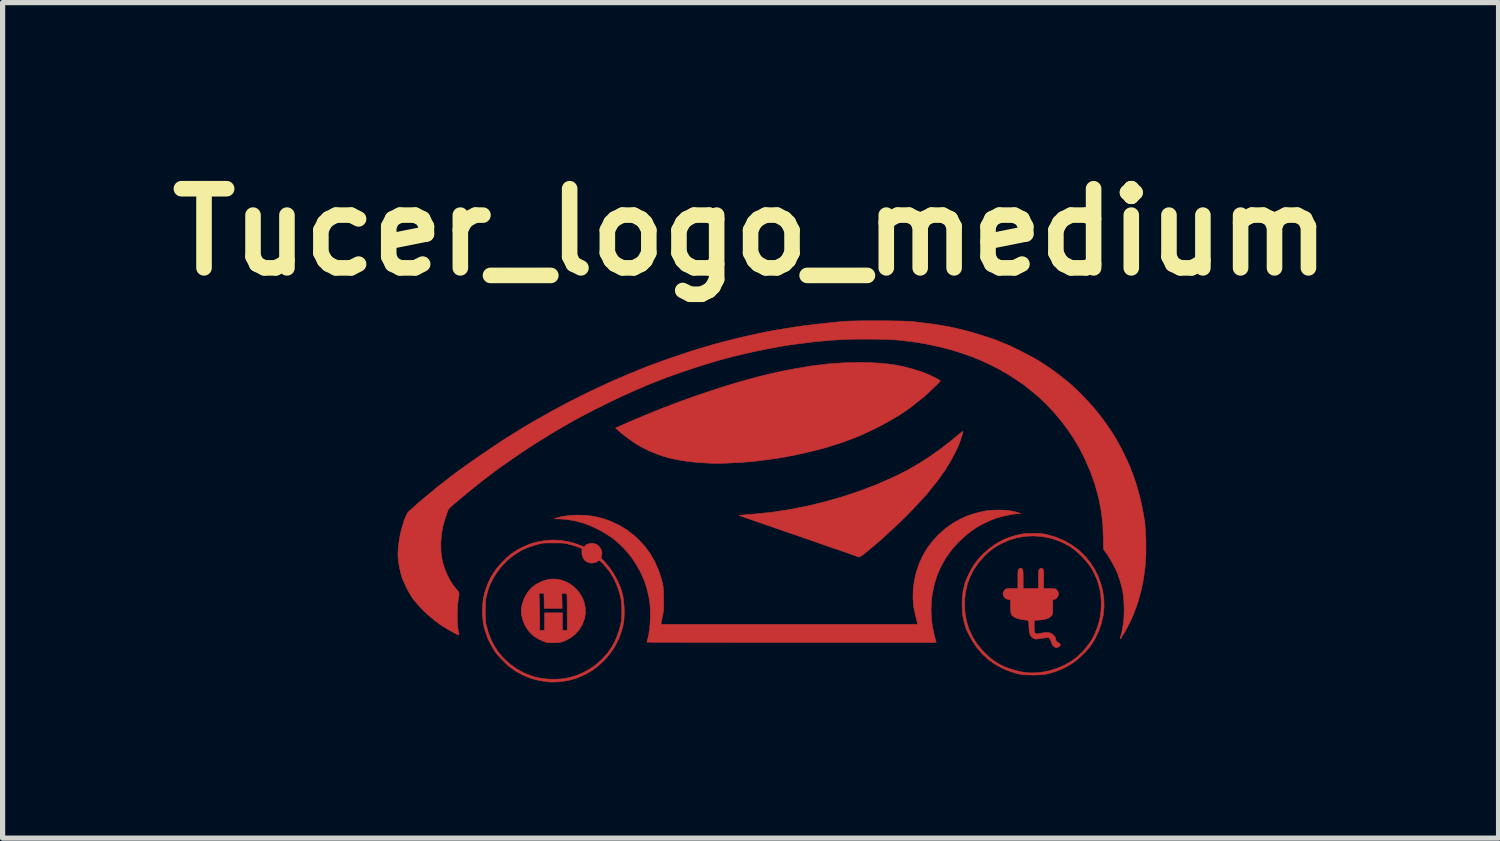
<source format=kicad_pcb>
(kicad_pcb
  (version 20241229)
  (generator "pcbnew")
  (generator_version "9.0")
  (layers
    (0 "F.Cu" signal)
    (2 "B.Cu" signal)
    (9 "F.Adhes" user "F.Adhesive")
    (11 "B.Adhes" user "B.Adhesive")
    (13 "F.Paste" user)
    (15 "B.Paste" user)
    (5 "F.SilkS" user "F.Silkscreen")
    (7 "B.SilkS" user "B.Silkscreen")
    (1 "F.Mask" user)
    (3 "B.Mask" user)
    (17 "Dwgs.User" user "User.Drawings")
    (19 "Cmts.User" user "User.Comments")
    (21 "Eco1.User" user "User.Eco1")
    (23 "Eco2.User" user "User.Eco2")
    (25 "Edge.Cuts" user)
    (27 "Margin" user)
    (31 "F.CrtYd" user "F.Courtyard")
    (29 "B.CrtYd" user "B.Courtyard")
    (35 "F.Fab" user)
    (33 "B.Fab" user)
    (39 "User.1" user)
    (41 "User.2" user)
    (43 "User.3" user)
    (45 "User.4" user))
  (footprint "Tucer_logo_medium"
    (layer "F.Cu")
    (at 11.833 6.473)
    (property "Reference" "Tucer_logo_medium" (at -0.432 -5.055 0) (layer "F.SilkS") (effects (font (size 1.524 1.524) (thickness 0.3))))
    (attr through_hole)
    (fp_poly (pts (xy -4.099 1.639) (xy -4.007 1.668) (xy -3.921 1.712) (xy -3.842 1.768) (xy -3.772 1.835) (xy -3.713 1.912) (xy -3.665 1.997) (xy -3.632 2.088) (xy -3.614 2.184) (xy -3.612 2.284) (xy -3.629 2.385) (xy -3.636 2.408) (xy -3.678 2.515) (xy -3.737 2.609) (xy -3.811 2.691) (xy -3.901 2.759) (xy -4.005 2.814) (xy -4.018 2.819) (xy -4.053 2.832) (xy -4.085 2.841) (xy -4.12 2.847) (xy -4.164 2.85) (xy -4.211 2.852) (xy -4.265 2.853) (xy -4.304 2.853) (xy -4.336 2.85) (xy -4.365 2.843) (xy -4.398 2.833) (xy -4.415 2.827) (xy -4.522 2.779) (xy -4.614 2.718) (xy -4.691 2.643) (xy -4.755 2.554) (xy -4.78 2.506) (xy -4.821 2.405) (xy -4.843 2.308) (xy -4.847 2.212) (xy -4.832 2.116) (xy -4.797 2.016) (xy -4.777 1.971) (xy -4.735 1.9) (xy -4.504 1.9) (xy -4.497 2.084) (xy -4.495 2.161) (xy -4.493 2.247) (xy -4.492 2.333) (xy -4.491 2.412) (xy -4.491 2.44) (xy -4.491 2.611) (xy -4.399 2.611) (xy -4.399 2.276) (xy -4.054 2.276) (xy -4.054 2.611) (xy -3.962 2.611) (xy -3.963 2.278) (xy -3.963 2.197) (xy -3.963 2.122) (xy -3.964 2.055) (xy -3.965 1.999) (xy -3.966 1.956) (xy -3.968 1.93) (xy -3.969 1.923) (xy -3.976 1.908) (xy -3.991 1.902) (xy -4.02 1.9) (xy -4.066 1.9) (xy -4.059 2.189) (xy -4.404 2.189) (xy -4.41 1.9) (xy -4.504 1.9) (xy -4.735 1.9) (xy -4.721 1.876) (xy -4.651 1.795) (xy -4.566 1.729) (xy -4.467 1.677) (xy -4.397 1.651) (xy -4.296 1.628) (xy -4.196 1.625) (xy -4.099 1.639)) (stroke (width 0.01) (type solid)) (fill yes) (layer "F.Cu"))
    (fp_poly (pts (xy 3.657 -1.214) (xy 3.658 -1.212) (xy 3.654 -1.195) (xy 3.646 -1.164) (xy 3.634 -1.124) (xy 3.619 -1.079) (xy 3.604 -1.034) (xy 3.59 -0.994) (xy 3.578 -0.963) (xy 3.577 -0.96) (xy 3.55 -0.901) (xy 3.518 -0.835) (xy 3.483 -0.767) (xy 3.449 -0.7) (xy 3.416 -0.642) (xy 3.389 -0.595) (xy 3.381 -0.582) (xy 3.359 -0.547) (xy 3.342 -0.52) (xy 3.333 -0.502) (xy 3.332 -0.499) (xy 3.326 -0.487) (xy 3.314 -0.472) (xy 3.302 -0.456) (xy 3.281 -0.427) (xy 3.254 -0.39) (xy 3.227 -0.351) (xy 3.199 -0.31) (xy 3.174 -0.276) (xy 3.156 -0.251) (xy 3.146 -0.239) (xy 3.135 -0.227) (xy 3.115 -0.203) (xy 3.088 -0.169) (xy 3.056 -0.129) (xy 3.046 -0.117) (xy 3.011 -0.072) (xy 2.976 -0.029) (xy 2.945 0.008) (xy 2.922 0.034) (xy 2.92 0.036) (xy 2.901 0.056) (xy 2.872 0.087) (xy 2.834 0.128) (xy 2.789 0.176) (xy 2.742 0.227) (xy 2.72 0.251) (xy 2.662 0.313) (xy 2.593 0.383) (xy 2.52 0.456) (xy 2.449 0.526) (xy 2.384 0.587) (xy 2.381 0.59) (xy 2.328 0.639) (xy 2.279 0.684) (xy 2.236 0.725) (xy 2.201 0.757) (xy 2.177 0.78) (xy 2.169 0.787) (xy 2.138 0.816) (xy 2.095 0.854) (xy 2.041 0.901) (xy 1.98 0.953) (xy 1.915 1.008) (xy 1.848 1.064) (xy 1.815 1.091) (xy 1.761 1.135) (xy 1.72 1.166) (xy 1.69 1.187) (xy 1.668 1.197) (xy 1.657 1.199) (xy 1.635 1.197) (xy 1.623 1.193) (xy 1.613 1.188) (xy 1.585 1.178) (xy 1.545 1.163) (xy 1.494 1.145) (xy 1.435 1.124) (xy 1.372 1.102) (xy 1.308 1.08) (xy 1.245 1.058) (xy 1.186 1.039) (xy 1.179 1.036) (xy 1.138 1.023) (xy 1.085 1.004) (xy 1.023 0.983) (xy 0.96 0.961) (xy 0.93 0.95) (xy 0.872 0.929) (xy 0.819 0.911) (xy 0.773 0.895) (xy 0.74 0.883) (xy 0.726 0.878) (xy 0.702 0.87) (xy 0.663 0.856) (xy 0.615 0.84) (xy 0.562 0.821) (xy 0.554 0.818) (xy 0.501 0.8) (xy 0.45 0.782) (xy 0.408 0.768) (xy 0.379 0.759) (xy 0.376 0.758) (xy 0.352 0.75) (xy 0.312 0.737) (xy 0.262 0.719) (xy 0.204 0.699) (xy 0.152 0.681) (xy 0.09 0.659) (xy 0.029 0.637) (xy -0.027 0.618) (xy -0.072 0.602) (xy -0.097 0.594) (xy -0.139 0.579) (xy -0.192 0.561) (xy -0.246 0.542) (xy -0.264 0.536) (xy -0.311 0.52) (xy -0.369 0.499) (xy -0.434 0.477) (xy -0.496 0.455) (xy -0.507 0.452) (xy -0.654 0.401) (xy -0.604 0.395) (xy -0.579 0.392) (xy -0.537 0.388) (xy -0.483 0.383) (xy -0.42 0.378) (xy -0.353 0.373) (xy -0.34 0.372) (xy -0.013 0.338) (xy 0.321 0.287) (xy 0.658 0.221) (xy 0.994 0.139) (xy 1.328 0.044) (xy 1.654 -0.064) (xy 1.971 -0.184) (xy 2.275 -0.316) (xy 2.408 -0.379) (xy 2.615 -0.486) (xy 2.815 -0.602) (xy 3.012 -0.728) (xy 3.209 -0.867) (xy 3.409 -1.021) (xy 3.49 -1.087) (xy 3.545 -1.133) (xy 3.587 -1.167) (xy 3.617 -1.191) (xy 3.637 -1.206) (xy 3.649 -1.214) (xy 3.655 -1.216) (xy 3.657 -1.214)) (stroke (width 0.01) (type solid)) (fill yes) (layer "F.Cu"))
    (fp_poly (pts (xy 5.178 1.417) (xy 5.195 1.431) (xy 5.201 1.44) (xy 5.206 1.455) (xy 5.209 1.478) (xy 5.211 1.512) (xy 5.212 1.561) (xy 5.212 1.626) (xy 5.212 1.629) (xy 5.212 1.808) (xy 5.325 1.808) (xy 5.374 1.809) (xy 5.407 1.81) (xy 5.429 1.813) (xy 5.445 1.819) (xy 5.457 1.829) (xy 5.467 1.838) (xy 5.49 1.874) (xy 5.496 1.914) (xy 5.488 1.953) (xy 5.466 1.988) (xy 5.433 2.011) (xy 5.415 2.017) (xy 5.385 2.023) (xy 5.385 2.164) (xy 5.385 2.22) (xy 5.384 2.26) (xy 5.381 2.288) (xy 5.377 2.306) (xy 5.371 2.32) (xy 5.361 2.333) (xy 5.36 2.335) (xy 5.323 2.366) (xy 5.273 2.39) (xy 5.207 2.406) (xy 5.133 2.414) (xy 5.029 2.421) (xy 5.029 2.536) (xy 5.03 2.589) (xy 5.032 2.626) (xy 5.036 2.649) (xy 5.042 2.663) (xy 5.045 2.666) (xy 5.054 2.675) (xy 5.063 2.68) (xy 5.076 2.681) (xy 5.098 2.679) (xy 5.132 2.673) (xy 5.172 2.666) (xy 5.241 2.656) (xy 5.295 2.655) (xy 5.338 2.664) (xy 5.375 2.682) (xy 5.395 2.699) (xy 5.423 2.73) (xy 5.439 2.76) (xy 5.441 2.767) (xy 5.449 2.802) (xy 5.457 2.823) (xy 5.468 2.836) (xy 5.484 2.844) (xy 5.51 2.86) (xy 5.526 2.878) (xy 5.534 2.894) (xy 5.529 2.907) (xy 5.513 2.923) (xy 5.478 2.943) (xy 5.443 2.943) (xy 5.415 2.929) (xy 5.393 2.912) (xy 5.379 2.895) (xy 5.368 2.868) (xy 5.363 2.85) (xy 5.35 2.816) (xy 5.333 2.784) (xy 5.331 2.78) (xy 5.318 2.764) (xy 5.304 2.756) (xy 5.282 2.754) (xy 5.254 2.756) (xy 5.212 2.761) (xy 5.163 2.768) (xy 5.128 2.774) (xy 5.09 2.78) (xy 5.063 2.782) (xy 5.042 2.778) (xy 5.017 2.768) (xy 4.983 2.746) (xy 4.958 2.714) (xy 4.941 2.67) (xy 4.931 2.612) (xy 4.927 2.537) (xy 4.925 2.481) (xy 4.921 2.444) (xy 4.916 2.425) (xy 4.914 2.423) (xy 4.899 2.42) (xy 4.869 2.415) (xy 4.83 2.41) (xy 4.815 2.409) (xy 4.747 2.397) (xy 4.686 2.378) (xy 4.637 2.354) (xy 4.602 2.327) (xy 4.596 2.318) (xy 4.588 2.302) (xy 4.582 2.281) (xy 4.578 2.249) (xy 4.575 2.203) (xy 4.574 2.158) (xy 4.57 2.024) (xy 4.528 2.019) (xy 4.485 2.004) (xy 4.453 1.978) (xy 4.434 1.942) (xy 4.429 1.903) (xy 4.44 1.864) (xy 4.459 1.838) (xy 4.473 1.825) (xy 4.486 1.817) (xy 4.503 1.812) (xy 4.529 1.809) (xy 4.567 1.809) (xy 4.602 1.808) (xy 4.714 1.808) (xy 4.714 1.631) (xy 4.714 1.566) (xy 4.715 1.519) (xy 4.717 1.485) (xy 4.719 1.463) (xy 4.724 1.448) (xy 4.73 1.438) (xy 4.735 1.433) (xy 4.759 1.415) (xy 4.782 1.417) (xy 4.799 1.431) (xy 4.805 1.44) (xy 4.81 1.455) (xy 4.813 1.478) (xy 4.815 1.512) (xy 4.816 1.561) (xy 4.816 1.626) (xy 4.816 1.629) (xy 4.816 1.808) (xy 5.11 1.808) (xy 5.11 1.631) (xy 5.111 1.566) (xy 5.111 1.519) (xy 5.113 1.485) (xy 5.116 1.463) (xy 5.12 1.448) (xy 5.126 1.438) (xy 5.131 1.433) (xy 5.156 1.415) (xy 5.178 1.417)) (stroke (width 0.01) (type solid)) (fill yes) (layer "F.Cu"))
    (fp_poly (pts (xy 4.538 0.307) (xy 4.646 0.326) (xy 4.713 0.345) (xy 4.77 0.363) (xy 4.679 0.37) (xy 4.634 0.375) (xy 4.578 0.385) (xy 4.515 0.397) (xy 4.45 0.411) (xy 4.388 0.426) (xy 4.333 0.441) (xy 4.291 0.455) (xy 4.275 0.461) (xy 4.244 0.474) (xy 4.217 0.483) (xy 4.216 0.483) (xy 4.197 0.491) (xy 4.163 0.506) (xy 4.121 0.526) (xy 4.074 0.549) (xy 4.026 0.573) (xy 3.982 0.596) (xy 3.947 0.615) (xy 3.924 0.628) (xy 3.923 0.628) (xy 3.9 0.644) (xy 3.868 0.666) (xy 3.846 0.681) (xy 3.815 0.703) (xy 3.776 0.733) (xy 3.734 0.767) (xy 3.713 0.783) (xy 3.567 0.918) (xy 3.439 1.063) (xy 3.327 1.218) (xy 3.234 1.382) (xy 3.159 1.555) (xy 3.102 1.736) (xy 3.064 1.925) (xy 3.052 2.027) (xy 3.043 2.191) (xy 3.047 2.352) (xy 3.065 2.514) (xy 3.098 2.682) (xy 3.135 2.822) (xy 3.142 2.845) (xy 0.357 2.845) (xy 0.12 2.845) (xy -0.111 2.845) (xy -0.336 2.845) (xy -0.554 2.845) (xy -0.764 2.845) (xy -0.966 2.844) (xy -1.158 2.844) (xy -1.34 2.844) (xy -1.51 2.844) (xy -1.669 2.844) (xy -1.815 2.844) (xy -1.948 2.843) (xy -2.066 2.843) (xy -2.169 2.843) (xy -2.256 2.843) (xy -2.326 2.842) (xy -2.379 2.842) (xy -2.413 2.842) (xy -2.428 2.842) (xy -2.428 2.842) (xy -2.426 2.831) (xy -2.419 2.807) (xy -2.414 2.788) (xy -2.393 2.697) (xy -2.377 2.59) (xy -2.367 2.475) (xy -2.362 2.354) (xy -2.362 2.235) (xy -2.368 2.12) (xy -2.381 2.017) (xy -2.385 1.991) (xy -2.427 1.81) (xy -2.484 1.64) (xy -2.559 1.476) (xy -2.651 1.317) (xy -2.715 1.222) (xy -2.793 1.122) (xy -2.88 1.025) (xy -2.974 0.934) (xy -3.068 0.854) (xy -3.125 0.813) (xy -3.298 0.705) (xy -3.471 0.618) (xy -3.645 0.55) (xy -3.82 0.503) (xy -3.997 0.475) (xy -4.144 0.467) (xy -4.211 0.466) (xy -4.171 0.451) (xy -4.095 0.429) (xy -4.004 0.412) (xy -3.901 0.401) (xy -3.789 0.395) (xy -3.673 0.396) (xy -3.609 0.399) (xy -3.444 0.419) (xy -3.28 0.458) (xy -3.118 0.516) (xy -2.962 0.59) (xy -2.814 0.68) (xy -2.677 0.785) (xy -2.591 0.864) (xy -2.468 0.997) (xy -2.363 1.141) (xy -2.274 1.296) (xy -2.201 1.463) (xy -2.144 1.643) (xy -2.133 1.687) (xy -2.124 1.723) (xy -2.118 1.758) (xy -2.113 1.797) (xy -2.11 1.841) (xy -2.108 1.897) (xy -2.106 1.967) (xy -2.105 2.002) (xy -2.104 2.077) (xy -2.104 2.135) (xy -2.105 2.182) (xy -2.107 2.22) (xy -2.111 2.253) (xy -2.117 2.286) (xy -2.124 2.322) (xy -2.134 2.369) (xy -2.143 2.414) (xy -2.149 2.448) (xy -2.151 2.461) (xy -2.156 2.499) (xy 2.786 2.499) (xy 2.78 2.471) (xy 2.775 2.451) (xy 2.766 2.415) (xy 2.755 2.371) (xy 2.743 2.327) (xy 2.71 2.165) (xy 2.695 1.998) (xy 2.699 1.829) (xy 2.72 1.66) (xy 2.758 1.494) (xy 2.813 1.332) (xy 2.883 1.177) (xy 2.969 1.031) (xy 3.069 0.899) (xy 3.191 0.767) (xy 3.319 0.653) (xy 3.456 0.555) (xy 3.603 0.472) (xy 3.612 0.468) (xy 3.672 0.439) (xy 3.726 0.416) (xy 3.78 0.395) (xy 3.837 0.377) (xy 3.904 0.358) (xy 3.978 0.339) (xy 4.038 0.324) (xy 4.088 0.314) (xy 4.135 0.307) (xy 4.186 0.302) (xy 4.246 0.299) (xy 4.284 0.298) (xy 4.418 0.297) (xy 4.538 0.307)) (stroke (width 0.01) (type solid)) (fill yes) (layer "F.Cu"))
    (fp_poly (pts (xy 1.853 -2.542) (xy 2.039 -2.532) (xy 2.212 -2.516) (xy 2.376 -2.492) (xy 2.534 -2.459) (xy 2.69 -2.418) (xy 2.846 -2.369) (xy 2.855 -2.365) (xy 2.908 -2.346) (xy 2.965 -2.323) (xy 3.023 -2.298) (xy 3.078 -2.272) (xy 3.129 -2.247) (xy 3.171 -2.225) (xy 3.202 -2.206) (xy 3.219 -2.193) (xy 3.221 -2.189) (xy 3.214 -2.178) (xy 3.194 -2.156) (xy 3.164 -2.125) (xy 3.126 -2.088) (xy 3.086 -2.051) (xy 3.042 -2.01) (xy 3.003 -1.973) (xy 2.972 -1.943) (xy 2.95 -1.923) (xy 2.941 -1.914) (xy 2.93 -1.903) (xy 2.906 -1.883) (xy 2.872 -1.856) (xy 2.832 -1.824) (xy 2.819 -1.814) (xy 2.775 -1.78) (xy 2.734 -1.747) (xy 2.699 -1.719) (xy 2.675 -1.701) (xy 2.672 -1.698) (xy 2.576 -1.627) (xy 2.464 -1.551) (xy 2.339 -1.474) (xy 2.203 -1.396) (xy 2.061 -1.32) (xy 1.915 -1.247) (xy 1.769 -1.178) (xy 1.625 -1.116) (xy 1.487 -1.062) (xy 1.472 -1.057) (xy 1.434 -1.043) (xy 1.404 -1.031) (xy 1.386 -1.024) (xy 1.384 -1.023) (xy 1.372 -1.018) (xy 1.343 -1.008) (xy 1.302 -0.995) (xy 1.252 -0.979) (xy 1.196 -0.961) (xy 1.138 -0.943) (xy 1.082 -0.925) (xy 1.03 -0.909) (xy 0.986 -0.896) (xy 0.954 -0.887) (xy 0.945 -0.885) (xy 0.694 -0.822) (xy 0.458 -0.769) (xy 0.237 -0.726) (xy 0.032 -0.692) (xy -0.132 -0.67) (xy -0.187 -0.664) (xy -0.252 -0.656) (xy -0.314 -0.647) (xy -0.335 -0.644) (xy -0.377 -0.64) (xy -0.436 -0.634) (xy -0.507 -0.629) (xy -0.588 -0.623) (xy -0.674 -0.618) (xy -0.763 -0.613) (xy -0.849 -0.608) (xy -0.931 -0.605) (xy -1.003 -0.602) (xy -1.063 -0.601) (xy -1.097 -0.601) (xy -1.135 -0.602) (xy -1.188 -0.604) (xy -1.252 -0.607) (xy -1.321 -0.611) (xy -1.391 -0.615) (xy -1.392 -0.615) (xy -1.616 -0.636) (xy -1.825 -0.668) (xy -2.02 -0.711) (xy -2.203 -0.768) (xy -2.375 -0.837) (xy -2.539 -0.92) (xy -2.613 -0.963) (xy -2.666 -0.997) (xy -2.726 -1.038) (xy -2.789 -1.083) (xy -2.851 -1.129) (xy -2.908 -1.173) (xy -2.955 -1.212) (xy -2.987 -1.241) (xy -3.031 -1.284) (xy -3.007 -1.294) (xy -2.983 -1.304) (xy -2.95 -1.318) (xy -2.931 -1.327) (xy -2.898 -1.341) (xy -2.854 -1.361) (xy -2.807 -1.381) (xy -2.794 -1.387) (xy -2.748 -1.407) (xy -2.701 -1.427) (xy -2.663 -1.445) (xy -2.655 -1.448) (xy -2.624 -1.462) (xy -2.599 -1.471) (xy -2.588 -1.473) (xy -2.569 -1.479) (xy -2.565 -1.482) (xy -2.55 -1.491) (xy -2.516 -1.506) (xy -2.464 -1.528) (xy -2.393 -1.557) (xy -2.347 -1.575) (xy -2.318 -1.587) (xy -2.277 -1.604) (xy -2.229 -1.623) (xy -2.2 -1.635) (xy -2.154 -1.654) (xy -2.113 -1.67) (xy -2.081 -1.682) (xy -2.068 -1.686) (xy -2.037 -1.696) (xy -2.003 -1.709) (xy -2.002 -1.71) (xy -1.971 -1.723) (xy -1.924 -1.742) (xy -1.862 -1.765) (xy -1.782 -1.795) (xy -1.685 -1.83) (xy -1.6 -1.861) (xy -1.545 -1.88) (xy -1.476 -1.904) (xy -1.397 -1.931) (xy -1.311 -1.96) (xy -1.223 -1.989) (xy -1.135 -2.018) (xy -1.053 -2.045) (xy -0.978 -2.069) (xy -0.916 -2.089) (xy -0.874 -2.102) (xy -0.792 -2.127) (xy -0.727 -2.146) (xy -0.674 -2.162) (xy -0.631 -2.174) (xy -0.593 -2.185) (xy -0.558 -2.195) (xy -0.521 -2.205) (xy -0.488 -2.214) (xy -0.386 -2.242) (xy -0.299 -2.265) (xy -0.223 -2.285) (xy -0.153 -2.302) (xy -0.084 -2.318) (xy -0.076 -2.32) (xy -0.009 -2.335) (xy 0.061 -2.351) (xy 0.128 -2.366) (xy 0.19 -2.379) (xy 0.242 -2.39) (xy 0.281 -2.398) (xy 0.3 -2.402) (xy 0.321 -2.405) (xy 0.357 -2.412) (xy 0.404 -2.421) (xy 0.457 -2.43) (xy 0.467 -2.432) (xy 0.766 -2.482) (xy 1.057 -2.516) (xy 1.343 -2.537) (xy 1.632 -2.545) (xy 1.651 -2.545) (xy 1.853 -2.542)) (stroke (width 0.01) (type solid)) (fill yes) (layer "F.Cu"))
    (fp_poly (pts (xy 5.073 0.747) (xy 5.128 0.749) (xy 5.172 0.752) (xy 5.212 0.757) (xy 5.252 0.765) (xy 5.278 0.771) (xy 5.446 0.82) (xy 5.602 0.885) (xy 5.746 0.966) (xy 5.878 1.062) (xy 5.996 1.172) (xy 6.1 1.295) (xy 6.189 1.43) (xy 6.262 1.578) (xy 6.318 1.735) (xy 6.346 1.845) (xy 6.37 2.006) (xy 6.374 2.165) (xy 6.357 2.324) (xy 6.321 2.482) (xy 6.263 2.64) (xy 6.235 2.703) (xy 6.215 2.744) (xy 6.196 2.781) (xy 6.181 2.807) (xy 6.177 2.814) (xy 6.163 2.836) (xy 6.142 2.868) (xy 6.121 2.901) (xy 6.088 2.945) (xy 6.043 2.997) (xy 5.989 3.054) (xy 5.93 3.111) (xy 5.87 3.165) (xy 5.812 3.212) (xy 5.766 3.245) (xy 5.662 3.307) (xy 5.551 3.361) (xy 5.437 3.407) (xy 5.326 3.441) (xy 5.221 3.462) (xy 5.202 3.465) (xy 5.144 3.469) (xy 5.074 3.472) (xy 4.997 3.473) (xy 4.92 3.472) (xy 4.851 3.469) (xy 4.801 3.465) (xy 4.738 3.454) (xy 4.663 3.435) (xy 4.582 3.409) (xy 4.5 3.379) (xy 4.423 3.346) (xy 4.404 3.337) (xy 4.266 3.26) (xy 4.14 3.17) (xy 4.027 3.065) (xy 3.925 2.945) (xy 3.833 2.809) (xy 3.751 2.656) (xy 3.729 2.609) (xy 3.714 2.573) (xy 3.703 2.542) (xy 3.698 2.523) (xy 3.698 2.522) (xy 3.695 2.503) (xy 3.687 2.473) (xy 3.678 2.444) (xy 3.662 2.381) (xy 3.65 2.303) (xy 3.643 2.214) (xy 3.64 2.121) (xy 3.64 2.114) (xy 3.687 2.114) (xy 3.697 2.279) (xy 3.725 2.438) (xy 3.773 2.59) (xy 3.839 2.734) (xy 3.924 2.869) (xy 4.027 2.996) (xy 4.073 3.044) (xy 4.116 3.085) (xy 4.16 3.125) (xy 4.199 3.159) (xy 4.23 3.182) (xy 4.234 3.185) (xy 4.268 3.208) (xy 4.299 3.228) (xy 4.318 3.241) (xy 4.384 3.28) (xy 4.465 3.317) (xy 4.558 3.352) (xy 4.656 3.382) (xy 4.756 3.407) (xy 4.845 3.423) (xy 4.924 3.431) (xy 5.013 3.432) (xy 5.104 3.428) (xy 5.15 3.423) (xy 5.307 3.395) (xy 5.458 3.349) (xy 5.602 3.288) (xy 5.735 3.213) (xy 5.856 3.124) (xy 5.963 3.022) (xy 6.024 2.95) (xy 6.064 2.898) (xy 6.095 2.856) (xy 6.119 2.823) (xy 6.138 2.792) (xy 6.156 2.759) (xy 6.176 2.721) (xy 6.188 2.697) (xy 6.249 2.55) (xy 6.292 2.396) (xy 6.315 2.235) (xy 6.32 2.067) (xy 6.309 1.919) (xy 6.3 1.86) (xy 6.284 1.792) (xy 6.265 1.721) (xy 6.244 1.655) (xy 6.223 1.6) (xy 6.218 1.591) (xy 6.202 1.555) (xy 6.186 1.52) (xy 6.183 1.514) (xy 6.143 1.438) (xy 6.089 1.357) (xy 6.023 1.274) (xy 5.949 1.193) (xy 5.87 1.117) (xy 5.79 1.05) (xy 5.712 0.996) (xy 5.693 0.984) (xy 5.567 0.919) (xy 5.446 0.869) (xy 5.324 0.833) (xy 5.195 0.81) (xy 5.177 0.807) (xy 5.01 0.795) (xy 4.85 0.803) (xy 4.695 0.83) (xy 4.544 0.876) (xy 4.402 0.94) (xy 4.323 0.982) (xy 4.258 1.022) (xy 4.2 1.064) (xy 4.143 1.112) (xy 4.081 1.171) (xy 4.069 1.183) (xy 3.959 1.308) (xy 3.867 1.44) (xy 3.795 1.58) (xy 3.74 1.729) (xy 3.705 1.885) (xy 3.688 2.049) (xy 3.687 2.114) (xy 3.64 2.114) (xy 3.642 2.026) (xy 3.649 1.937) (xy 3.66 1.856) (xy 3.669 1.814) (xy 3.68 1.772) (xy 3.689 1.735) (xy 3.695 1.71) (xy 3.696 1.707) (xy 3.705 1.675) (xy 3.724 1.63) (xy 3.748 1.576) (xy 3.777 1.517) (xy 3.807 1.458) (xy 3.838 1.403) (xy 3.866 1.356) (xy 3.876 1.342) (xy 3.955 1.238) (xy 4.051 1.137) (xy 4.158 1.044) (xy 4.272 0.961) (xy 4.388 0.893) (xy 4.409 0.882) (xy 4.476 0.851) (xy 4.539 0.827) (xy 4.605 0.805) (xy 4.681 0.784) (xy 4.717 0.775) (xy 4.763 0.765) (xy 4.803 0.757) (xy 4.843 0.752) (xy 4.887 0.749) (xy 4.941 0.748) (xy 5.004 0.747) (xy 5.073 0.747)) (stroke (width 0.01) (type solid)) (fill yes) (layer "F.Cu"))
    (fp_poly (pts (xy -4.091 0.881) (xy -3.951 0.904) (xy -3.816 0.939) (xy -3.701 0.982) (xy -3.665 0.997) (xy -3.644 1.004) (xy -3.632 1.003) (xy -3.625 0.995) (xy -3.623 0.99) (xy -3.611 0.977) (xy -3.587 0.961) (xy -3.574 0.955) (xy -3.513 0.937) (xy -3.454 0.939) (xy -3.399 0.957) (xy -3.353 0.992) (xy -3.317 1.042) (xy -3.303 1.075) (xy -3.294 1.108) (xy -3.295 1.14) (xy -3.3 1.17) (xy -3.312 1.222) (xy -3.238 1.299) (xy -3.152 1.401) (xy -3.072 1.518) (xy -3.002 1.644) (xy -2.943 1.775) (xy -2.914 1.859) (xy -2.891 1.95) (xy -2.875 2.055) (xy -2.866 2.168) (xy -2.864 2.283) (xy -2.869 2.395) (xy -2.881 2.489) (xy -2.892 2.542) (xy -2.911 2.606) (xy -2.934 2.676) (xy -2.96 2.746) (xy -2.987 2.809) (xy -2.991 2.818) (xy -3.054 2.939) (xy -3.128 3.049) (xy -3.217 3.155) (xy -3.261 3.201) (xy -3.365 3.297) (xy -3.472 3.378) (xy -3.589 3.447) (xy -3.718 3.507) (xy -3.791 3.536) (xy -3.898 3.568) (xy -4.016 3.591) (xy -4.138 3.605) (xy -4.256 3.609) (xy -4.323 3.606) (xy -4.494 3.581) (xy -4.656 3.539) (xy -4.809 3.478) (xy -4.953 3.4) (xy -5.076 3.312) (xy -5.11 3.283) (xy -5.15 3.245) (xy -5.195 3.2) (xy -5.24 3.153) (xy -5.283 3.107) (xy -5.318 3.067) (xy -5.344 3.034) (xy -5.351 3.024) (xy -5.376 2.984) (xy -5.403 2.937) (xy -5.431 2.887) (xy -5.457 2.838) (xy -5.479 2.794) (xy -5.496 2.758) (xy -5.505 2.734) (xy -5.507 2.727) (xy -5.51 2.713) (xy -5.519 2.686) (xy -5.532 2.653) (xy -5.56 2.563) (xy -5.579 2.46) (xy -5.591 2.347) (xy -5.595 2.23) (xy -5.594 2.221) (xy -5.54 2.221) (xy -5.54 2.292) (xy -5.538 2.36) (xy -5.535 2.419) (xy -5.531 2.466) (xy -5.528 2.484) (xy -5.487 2.639) (xy -5.433 2.781) (xy -5.413 2.824) (xy -5.39 2.869) (xy -5.369 2.908) (xy -5.352 2.937) (xy -5.342 2.951) (xy -5.328 2.968) (xy -5.324 2.977) (xy -5.318 2.99) (xy -5.301 3.014) (xy -5.277 3.046) (xy -5.248 3.081) (xy -5.218 3.117) (xy -5.189 3.148) (xy -5.188 3.15) (xy -5.072 3.257) (xy -4.942 3.351) (xy -4.802 3.429) (xy -4.654 3.49) (xy -4.592 3.51) (xy -4.475 3.536) (xy -4.345 3.551) (xy -4.207 3.555) (xy -4.066 3.548) (xy -4.049 3.546) (xy -3.924 3.524) (xy -3.796 3.486) (xy -3.668 3.433) (xy -3.544 3.367) (xy -3.43 3.291) (xy -3.423 3.285) (xy -3.299 3.178) (xy -3.191 3.059) (xy -3.1 2.929) (xy -3.026 2.786) (xy -2.968 2.632) (xy -2.94 2.53) (xy -2.929 2.483) (xy -2.922 2.442) (xy -2.917 2.402) (xy -2.914 2.358) (xy -2.912 2.304) (xy -2.912 2.24) (xy -2.913 2.172) (xy -2.914 2.119) (xy -2.917 2.076) (xy -2.922 2.037) (xy -2.93 1.997) (xy -2.939 1.956) (xy -2.975 1.829) (xy -3.022 1.708) (xy -3.076 1.595) (xy -3.137 1.496) (xy -3.169 1.453) (xy -3.225 1.384) (xy -3.27 1.332) (xy -3.306 1.296) (xy -3.333 1.275) (xy -3.349 1.27) (xy -3.367 1.273) (xy -3.373 1.279) (xy -3.382 1.291) (xy -3.406 1.302) (xy -3.439 1.312) (xy -3.474 1.317) (xy -3.508 1.318) (xy -3.512 1.317) (xy -3.573 1.3) (xy -3.622 1.267) (xy -3.656 1.221) (xy -3.676 1.161) (xy -3.68 1.106) (xy -3.679 1.038) (xy -3.742 1.013) (xy -3.779 1) (xy -3.828 0.984) (xy -3.882 0.968) (xy -3.917 0.959) (xy -3.956 0.949) (xy -3.99 0.941) (xy -4.022 0.936) (xy -4.057 0.933) (xy -4.098 0.931) (xy -4.151 0.93) (xy -4.218 0.93) (xy -4.232 0.93) (xy -4.302 0.93) (xy -4.356 0.931) (xy -4.398 0.932) (xy -4.432 0.935) (xy -4.464 0.94) (xy -4.496 0.948) (xy -4.533 0.957) (xy -4.552 0.962) (xy -4.686 1.005) (xy -4.802 1.053) (xy -4.863 1.084) (xy -4.997 1.169) (xy -5.121 1.27) (xy -5.231 1.385) (xy -5.327 1.511) (xy -5.406 1.647) (xy -5.41 1.656) (xy -5.428 1.693) (xy -5.444 1.725) (xy -5.454 1.745) (xy -5.455 1.748) (xy -5.464 1.768) (xy -5.475 1.804) (xy -5.489 1.848) (xy -5.503 1.896) (xy -5.515 1.944) (xy -5.525 1.985) (xy -5.528 1.996) (xy -5.533 2.034) (xy -5.537 2.087) (xy -5.539 2.151) (xy -5.54 2.221) (xy -5.594 2.221) (xy -5.59 2.113) (xy -5.577 2.002) (xy -5.555 1.9) (xy -5.552 1.89) (xy -5.538 1.844) (xy -5.519 1.793) (xy -5.499 1.739) (xy -5.477 1.686) (xy -5.456 1.639) (xy -5.438 1.6) (xy -5.424 1.574) (xy -5.416 1.565) (xy -5.408 1.554) (xy -5.393 1.53) (xy -5.373 1.498) (xy -5.364 1.483) (xy -5.325 1.427) (xy -5.27 1.362) (xy -5.207 1.295) (xy -5.159 1.247) (xy -5.121 1.211) (xy -5.091 1.183) (xy -5.066 1.161) (xy -5.042 1.143) (xy -5.015 1.125) (xy -4.988 1.108) (xy -4.955 1.087) (xy -4.927 1.069) (xy -4.912 1.059) (xy -4.88 1.041) (xy -4.834 1.018) (xy -4.781 0.994) (xy -4.727 0.97) (xy -4.676 0.95) (xy -4.644 0.939) (xy -4.575 0.92) (xy -4.493 0.902) (xy -4.405 0.888) (xy -4.318 0.878) (xy -4.242 0.874) (xy -4.228 0.874) (xy -4.091 0.881)) (stroke (width 0.01) (type solid)) (fill yes) (layer "F.Cu"))
    (fp_poly (pts (xy 2.075 -3.347) (xy 2.187 -3.346) (xy 2.295 -3.345) (xy 2.397 -3.343) (xy 2.49 -3.341) (xy 2.571 -3.338) (xy 2.639 -3.335) (xy 2.691 -3.332) (xy 2.713 -3.33) (xy 2.777 -3.321) (xy 2.852 -3.312) (xy 2.925 -3.303) (xy 2.972 -3.297) (xy 3.036 -3.289) (xy 3.105 -3.279) (xy 3.172 -3.269) (xy 3.216 -3.262) (xy 3.266 -3.253) (xy 3.313 -3.245) (xy 3.35 -3.238) (xy 3.368 -3.235) (xy 3.398 -3.23) (xy 3.444 -3.22) (xy 3.502 -3.207) (xy 3.567 -3.192) (xy 3.636 -3.175) (xy 3.704 -3.158) (xy 3.764 -3.143) (xy 3.81 -3.131) (xy 3.868 -3.114) (xy 3.935 -3.093) (xy 4.005 -3.071) (xy 4.077 -3.049) (xy 4.144 -3.027) (xy 4.204 -3.007) (xy 4.253 -2.99) (xy 4.286 -2.978) (xy 4.316 -2.965) (xy 4.358 -2.948) (xy 4.406 -2.929) (xy 4.435 -2.917) (xy 4.478 -2.9) (xy 4.512 -2.886) (xy 4.543 -2.873) (xy 4.572 -2.86) (xy 4.604 -2.845) (xy 4.641 -2.827) (xy 4.688 -2.803) (xy 4.747 -2.774) (xy 4.79 -2.752) (xy 4.903 -2.694) (xy 4.999 -2.643) (xy 5.077 -2.599) (xy 5.138 -2.562) (xy 5.141 -2.56) (xy 5.16 -2.548) (xy 5.185 -2.531) (xy 5.187 -2.53) (xy 5.212 -2.514) (xy 5.246 -2.492) (xy 5.273 -2.474) (xy 5.346 -2.425) (xy 5.432 -2.362) (xy 5.528 -2.289) (xy 5.632 -2.207) (xy 5.69 -2.16) (xy 5.751 -2.107) (xy 5.822 -2.042) (xy 5.898 -1.967) (xy 5.978 -1.887) (xy 6.056 -1.804) (xy 6.131 -1.722) (xy 6.199 -1.645) (xy 6.251 -1.581) (xy 6.307 -1.51) (xy 6.365 -1.431) (xy 6.423 -1.35) (xy 6.479 -1.27) (xy 6.529 -1.195) (xy 6.572 -1.128) (xy 6.599 -1.082) (xy 6.641 -1.008) (xy 6.674 -0.948) (xy 6.701 -0.897) (xy 6.725 -0.851) (xy 6.747 -0.807) (xy 6.77 -0.76) (xy 6.771 -0.757) (xy 6.81 -0.675) (xy 6.844 -0.598) (xy 6.873 -0.532) (xy 6.895 -0.478) (xy 6.899 -0.467) (xy 6.911 -0.434) (xy 6.924 -0.402) (xy 6.924 -0.401) (xy 6.964 -0.291) (xy 7.004 -0.165) (xy 7.042 -0.031) (xy 7.077 0.109) (xy 7.108 0.248) (xy 7.133 0.383) (xy 7.153 0.508) (xy 7.164 0.605) (xy 7.18 0.877) (xy 7.18 1.137) (xy 7.164 1.387) (xy 7.132 1.628) (xy 7.084 1.861) (xy 7.02 2.088) (xy 6.939 2.309) (xy 6.938 2.311) (xy 6.918 2.357) (xy 6.893 2.411) (xy 6.864 2.47) (xy 6.834 2.53) (xy 6.805 2.586) (xy 6.778 2.636) (xy 6.756 2.674) (xy 6.741 2.696) (xy 6.725 2.719) (xy 6.716 2.736) (xy 6.715 2.739) (xy 6.711 2.752) (xy 6.701 2.767) (xy 6.691 2.778) (xy 6.685 2.779) (xy 6.685 2.778) (xy 6.688 2.765) (xy 6.694 2.736) (xy 6.703 2.696) (xy 6.715 2.648) (xy 6.716 2.642) (xy 6.741 2.51) (xy 6.757 2.365) (xy 6.761 2.212) (xy 6.756 2.068) (xy 6.751 1.996) (xy 6.745 1.937) (xy 6.737 1.885) (xy 6.727 1.831) (xy 6.712 1.769) (xy 6.705 1.741) (xy 6.694 1.699) (xy 6.678 1.65) (xy 6.661 1.598) (xy 6.644 1.549) (xy 6.629 1.508) (xy 6.617 1.48) (xy 6.616 1.476) (xy 6.607 1.46) (xy 6.592 1.43) (xy 6.573 1.391) (xy 6.56 1.367) (xy 6.53 1.309) (xy 6.494 1.248) (xy 6.456 1.186) (xy 6.42 1.131) (xy 6.388 1.088) (xy 6.384 1.084) (xy 6.376 1.073) (xy 6.37 1.063) (xy 6.366 1.048) (xy 6.363 1.027) (xy 6.361 0.996) (xy 6.36 0.953) (xy 6.36 0.895) (xy 6.36 0.845) (xy 6.35 0.582) (xy 6.32 0.321) (xy 6.27 0.063) (xy 6.2 -0.192) (xy 6.11 -0.445) (xy 6 -0.697) (xy 5.897 -0.899) (xy 5.794 -1.073) (xy 5.678 -1.246) (xy 5.55 -1.417) (xy 5.413 -1.58) (xy 5.27 -1.733) (xy 5.124 -1.872) (xy 5.004 -1.974) (xy 4.961 -2.008) (xy 4.923 -2.038) (xy 4.893 -2.063) (xy 4.874 -2.079) (xy 4.872 -2.081) (xy 4.858 -2.092) (xy 4.83 -2.112) (xy 4.792 -2.139) (xy 4.746 -2.169) (xy 4.698 -2.203) (xy 4.648 -2.236) (xy 4.602 -2.266) (xy 4.562 -2.292) (xy 4.532 -2.312) (xy 4.526 -2.315) (xy 4.372 -2.404) (xy 4.207 -2.49) (xy 4.083 -2.548) (xy 4.034 -2.57) (xy 3.992 -2.589) (xy 3.96 -2.603) (xy 3.941 -2.61) (xy 3.938 -2.611) (xy 3.926 -2.615) (xy 3.902 -2.625) (xy 3.889 -2.631) (xy 3.849 -2.648) (xy 3.794 -2.668) (xy 3.728 -2.692) (xy 3.653 -2.717) (xy 3.575 -2.743) (xy 3.498 -2.767) (xy 3.424 -2.789) (xy 3.414 -2.792) (xy 3.3 -2.822) (xy 3.175 -2.852) (xy 3.046 -2.88) (xy 2.918 -2.906) (xy 2.796 -2.927) (xy 2.686 -2.943) (xy 2.657 -2.947) (xy 2.601 -2.953) (xy 2.536 -2.961) (xy 2.471 -2.969) (xy 2.438 -2.972) (xy 2.384 -2.978) (xy 2.312 -2.982) (xy 2.226 -2.986) (xy 2.129 -2.989) (xy 2.023 -2.992) (xy 1.913 -2.993) (xy 1.801 -2.994) (xy 1.689 -2.994) (xy 1.582 -2.993) (xy 1.482 -2.991) (xy 1.402 -2.989) (xy 1.105 -2.971) (xy 0.798 -2.943) (xy 0.538 -2.91) (xy 0.476 -2.902) (xy 0.418 -2.894) (xy 0.367 -2.887) (xy 0.328 -2.882) (xy 0.31 -2.88) (xy 0.271 -2.874) (xy 0.216 -2.865) (xy 0.147 -2.853) (xy 0.069 -2.839) (xy -0.015 -2.823) (xy -0.103 -2.807) (xy -0.19 -2.789) (xy -0.273 -2.773) (xy -0.35 -2.757) (xy -0.415 -2.742) (xy -0.442 -2.736) (xy -0.564 -2.708) (xy -0.671 -2.683) (xy -0.766 -2.659) (xy -0.854 -2.637) (xy -0.938 -2.614) (xy -1.024 -2.591) (xy -1.115 -2.564) (xy -1.215 -2.534) (xy -1.285 -2.513) (xy -1.358 -2.491) (xy -1.443 -2.463) (xy -1.537 -2.433) (xy -1.632 -2.401) (xy -1.724 -2.37) (xy -1.806 -2.342) (xy -1.864 -2.321) (xy -1.912 -2.305) (xy -1.956 -2.289) (xy -1.992 -2.276) (xy -2.007 -2.271) (xy -2.036 -2.261) (xy -2.076 -2.245) (xy -2.119 -2.228) (xy -2.129 -2.225) (xy -2.176 -2.206) (xy -2.225 -2.187) (xy -2.267 -2.171) (xy -2.271 -2.169) (xy -2.332 -2.145) (xy -2.397 -2.119) (xy -2.459 -2.093) (xy -2.504 -2.073) (xy -2.535 -2.059) (xy -2.575 -2.042) (xy -2.616 -2.024) (xy -2.713 -1.982) (xy -2.803 -1.942) (xy -2.889 -1.903) (xy -2.978 -1.862) (xy -3.073 -1.816) (xy -3.178 -1.765) (xy -3.256 -1.726) (xy -3.347 -1.681) (xy -3.423 -1.643) (xy -3.486 -1.611) (xy -3.541 -1.583) (xy -3.591 -1.557) (xy -3.638 -1.532) (xy -3.686 -1.507) (xy -3.738 -1.479) (xy -3.781 -1.455) (xy -3.824 -1.432) (xy -3.877 -1.402) (xy -3.936 -1.369) (xy -3.998 -1.332) (xy -4.063 -1.296) (xy -4.125 -1.259) (xy -4.184 -1.225) (xy -4.235 -1.194) (xy -4.278 -1.169) (xy -4.308 -1.151) (xy -4.323 -1.141) (xy -4.323 -1.141) (xy -4.337 -1.131) (xy -4.362 -1.116) (xy -4.384 -1.103) (xy -4.432 -1.074) (xy -4.494 -1.036) (xy -4.567 -0.99) (xy -4.647 -0.938) (xy -4.732 -0.882) (xy -4.819 -0.825) (xy -4.904 -0.767) (xy -4.986 -0.711) (xy -5.053 -0.665) (xy -5.102 -0.63) (xy -5.155 -0.593) (xy -5.204 -0.559) (xy -5.231 -0.54) (xy -5.273 -0.51) (xy -5.316 -0.479) (xy -5.352 -0.452) (xy -5.359 -0.447) (xy -5.388 -0.424) (xy -5.428 -0.394) (xy -5.473 -0.36) (xy -5.512 -0.331) (xy -5.56 -0.294) (xy -5.617 -0.25) (xy -5.681 -0.199) (xy -5.749 -0.144) (xy -5.82 -0.087) (xy -5.891 -0.029) (xy -5.961 0.029) (xy -6.028 0.085) (xy -6.089 0.136) (xy -6.142 0.182) (xy -6.186 0.22) (xy -6.218 0.249) (xy -6.237 0.268) (xy -6.238 0.27) (xy -6.245 0.279) (xy -6.252 0.293) (xy -6.261 0.314) (xy -6.274 0.346) (xy -6.29 0.393) (xy -6.302 0.427) (xy -6.351 0.591) (xy -6.382 0.76) (xy -6.396 0.93) (xy -6.393 1.096) (xy -6.38 1.209) (xy -6.355 1.322) (xy -6.318 1.437) (xy -6.27 1.551) (xy -6.213 1.658) (xy -6.151 1.754) (xy -6.1 1.816) (xy -6.073 1.847) (xy -6.055 1.873) (xy -6.046 1.898) (xy -6.045 1.927) (xy -6.05 1.966) (xy -6.058 2.012) (xy -6.067 2.075) (xy -6.074 2.151) (xy -6.078 2.235) (xy -6.08 2.323) (xy -6.079 2.41) (xy -6.076 2.49) (xy -6.069 2.559) (xy -6.062 2.606) (xy -6.053 2.65) (xy -6.048 2.679) (xy -6.046 2.694) (xy -6.048 2.701) (xy -6.054 2.703) (xy -6.057 2.703) (xy -6.071 2.698) (xy -6.099 2.684) (xy -6.138 2.663) (xy -6.184 2.637) (xy -6.234 2.609) (xy -6.285 2.579) (xy -6.334 2.549) (xy -6.377 2.523) (xy -6.402 2.506) (xy -6.497 2.437) (xy -6.594 2.358) (xy -6.687 2.275) (xy -6.772 2.191) (xy -6.845 2.111) (xy -6.863 2.088) (xy -6.885 2.061) (xy -6.903 2.041) (xy -6.911 2.034) (xy -6.92 2.023) (xy -6.938 1.997) (xy -6.963 1.957) (xy -6.995 1.905) (xy -7.007 1.885) (xy -7.026 1.851) (xy -7.05 1.804) (xy -7.076 1.751) (xy -7.101 1.696) (xy -7.123 1.647) (xy -7.137 1.612) (xy -7.154 1.558) (xy -7.172 1.49) (xy -7.189 1.414) (xy -7.203 1.335) (xy -7.214 1.26) (xy -7.22 1.195) (xy -7.221 1.123) (xy -7.216 1.037) (xy -7.206 0.944) (xy -7.192 0.848) (xy -7.174 0.755) (xy -7.154 0.67) (xy -7.132 0.599) (xy -7.121 0.566) (xy -7.114 0.54) (xy -7.112 0.528) (xy -7.107 0.508) (xy -7.099 0.488) (xy -7.088 0.464) (xy -7.074 0.43) (xy -7.066 0.408) (xy -7.041 0.359) (xy -7.011 0.323) (xy -6.989 0.304) (xy -6.957 0.275) (xy -6.918 0.24) (xy -6.882 0.207) (xy -6.841 0.17) (xy -6.789 0.125) (xy -6.732 0.077) (xy -6.675 0.03) (xy -6.648 0.008) (xy -6.602 -0.029) (xy -6.561 -0.063) (xy -6.528 -0.09) (xy -6.506 -0.109) (xy -6.497 -0.117) (xy -6.485 -0.128) (xy -6.461 -0.148) (xy -6.428 -0.173) (xy -6.401 -0.194) (xy -6.358 -0.226) (xy -6.315 -0.26) (xy -6.278 -0.288) (xy -6.264 -0.3) (xy -6.212 -0.341) (xy -6.146 -0.392) (xy -6.067 -0.449) (xy -5.979 -0.513) (xy -5.884 -0.581) (xy -5.785 -0.651) (xy -5.683 -0.722) (xy -5.581 -0.792) (xy -5.483 -0.858) (xy -5.457 -0.876) (xy -5.406 -0.91) (xy -5.359 -0.941) (xy -5.319 -0.968) (xy -5.291 -0.987) (xy -5.278 -0.995) (xy -5.25 -1.014) (xy -5.21 -1.041) (xy -5.161 -1.072) (xy -5.108 -1.106) (xy -5.056 -1.138) (xy -5.01 -1.167) (xy -4.983 -1.184) (xy -4.94 -1.21) (xy -4.894 -1.239) (xy -4.858 -1.261) (xy -4.825 -1.281) (xy -4.779 -1.309) (xy -4.725 -1.341) (xy -4.667 -1.375) (xy -4.61 -1.409) (xy -4.559 -1.438) (xy -4.518 -1.461) (xy -4.506 -1.468) (xy -4.456 -1.496) (xy -4.405 -1.524) (xy -4.359 -1.55) (xy -4.32 -1.572) (xy -4.293 -1.588) (xy -4.288 -1.591) (xy -4.262 -1.606) (xy -4.23 -1.623) (xy -4.221 -1.627) (xy -4.19 -1.644) (xy -4.15 -1.665) (xy -4.123 -1.68) (xy -4.056 -1.716) (xy -3.975 -1.759) (xy -3.884 -1.806) (xy -3.788 -1.855) (xy -3.69 -1.904) (xy -3.594 -1.951) (xy -3.506 -1.994) (xy -3.47 -2.011) (xy -3.373 -2.057) (xy -3.291 -2.095) (xy -3.219 -2.129) (xy -3.153 -2.159) (xy -3.088 -2.188) (xy -3.021 -2.217) (xy -2.947 -2.249) (xy -2.916 -2.262) (xy -2.868 -2.283) (xy -2.822 -2.302) (xy -2.785 -2.319) (xy -2.766 -2.327) (xy -2.738 -2.339) (xy -2.715 -2.346) (xy -2.71 -2.347) (xy -2.69 -2.353) (xy -2.687 -2.356) (xy -2.673 -2.363) (xy -2.646 -2.376) (xy -2.616 -2.388) (xy -2.575 -2.404) (xy -2.533 -2.421) (xy -2.51 -2.431) (xy -2.472 -2.447) (xy -2.429 -2.464) (xy -2.408 -2.472) (xy -2.361 -2.489) (xy -2.313 -2.506) (xy -2.259 -2.526) (xy -2.195 -2.55) (xy -2.139 -2.57) (xy -2.085 -2.59) (xy -2.016 -2.614) (xy -1.936 -2.641) (xy -1.848 -2.671) (xy -1.758 -2.701) (xy -1.668 -2.731) (xy -1.583 -2.759) (xy -1.507 -2.783) (xy -1.443 -2.803) (xy -1.407 -2.814) (xy -1.352 -2.83) (xy -1.293 -2.848) (xy -1.24 -2.863) (xy -1.214 -2.871) (xy -1.111 -2.901) (xy -1.005 -2.929) (xy -0.95 -2.943) (xy -0.911 -2.953) (xy -0.861 -2.965) (xy -0.81 -2.978) (xy -0.798 -2.982) (xy -0.723 -3.001) (xy -0.636 -3.022) (xy -0.54 -3.044) (xy -0.439 -3.067) (xy -0.336 -3.089) (xy -0.235 -3.111) (xy -0.138 -3.131) (xy -0.05 -3.148) (xy 0.026 -3.162) (xy 0.087 -3.173) (xy 0.102 -3.175) (xy 0.129 -3.179) (xy 0.171 -3.186) (xy 0.222 -3.195) (xy 0.277 -3.204) (xy 0.284 -3.205) (xy 0.404 -3.224) (xy 0.539 -3.244) (xy 0.689 -3.263) (xy 0.857 -3.283) (xy 1.042 -3.303) (xy 1.246 -3.324) (xy 1.356 -3.334) (xy 1.406 -3.338) (xy 1.472 -3.341) (xy 1.552 -3.343) (xy 1.643 -3.345) (xy 1.744 -3.346) (xy 1.851 -3.347) (xy 1.963 -3.347) (xy 2.075 -3.347)) (stroke (width 0.01) (type solid)) (fill yes) (layer "F.Cu")))
  (gr_rect
    (start -3 -3)
    (end 25.802 13.087)
    (stroke (width 0.1) (type default))
    (fill no)
    (layer "Edge.Cuts")))
</source>
